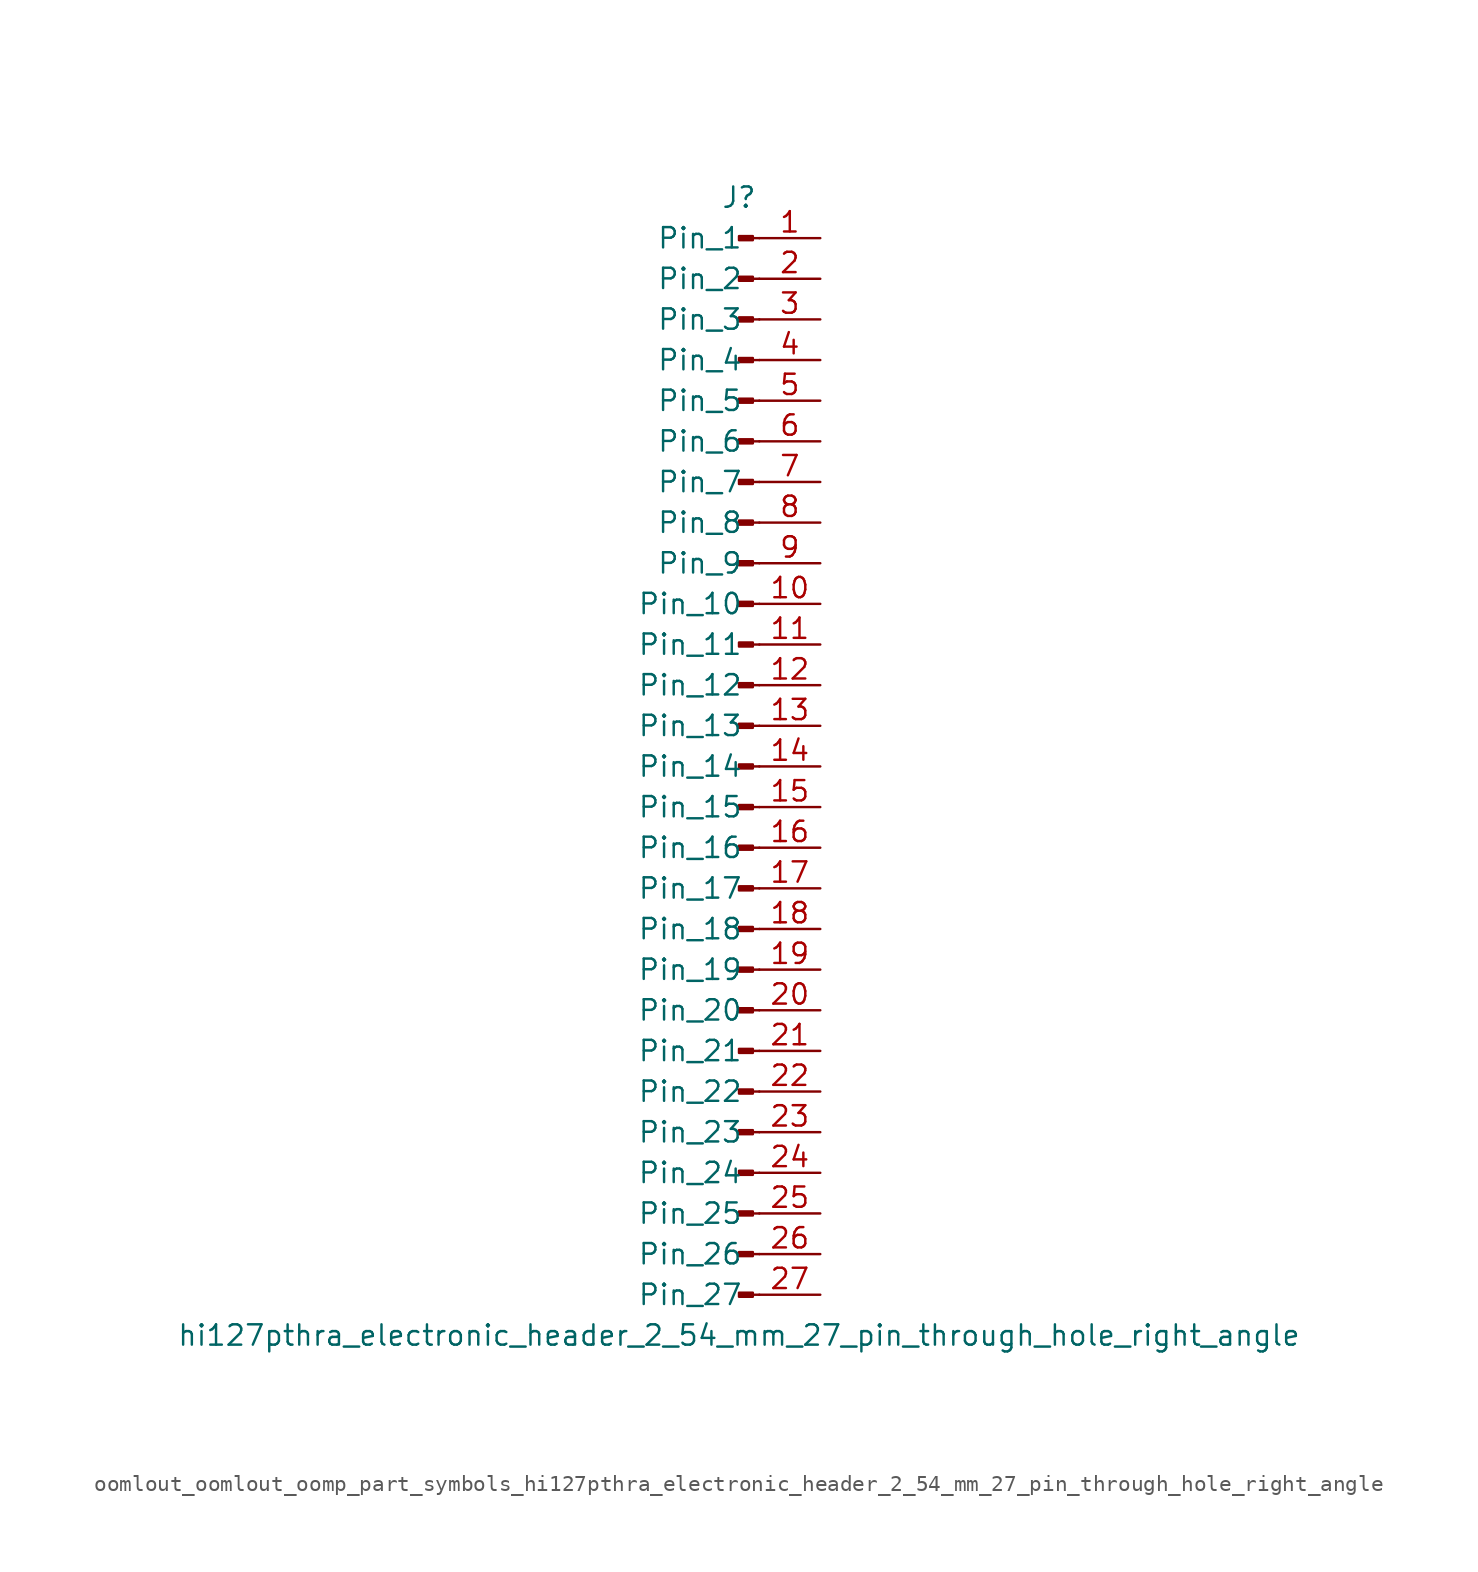
<source format=kicad_sym>
(kicad_symbol_lib
  (version 20220914)
  (generator kicad_symbol_editor)
  (symbol "oomlout_oomlout_oomp_part_symbols_hi127pthra_electronic_header_2_54_mm_27_pin_through_hole_right_angle"
    (pin_names
      (offset 1.016))
    (property "Reference" "J"
      (at 0 35.56 0)
      (effects (font (size 1.27 1.27))))
    (property "Value" "hi127pthra_electronic_header_2_54_mm_27_pin_through_hole_right_angle"
      (at 0 -35.56 0)
      (effects (font (size 1.27 1.27))))
    (property "ki_locked" ""
      (at 0 0 0)
      (effects (font (size 1.27 1.27))))
    (symbol "oomlout_oomlout_oomp_part_symbols_hi127pthra_electronic_header_2_54_mm_27_pin_through_hole_right_angle_1_1"
      (polyline (pts (xy 1.27 -33.02) (xy 0.864 -33.02)) (stroke (width 0.152) (type default)) (fill (type none)))
      (polyline (pts (xy 1.27 -30.48) (xy 0.864 -30.48)) (stroke (width 0.152) (type default)) (fill (type none)))
      (polyline (pts (xy 1.27 -27.94) (xy 0.864 -27.94)) (stroke (width 0.152) (type default)) (fill (type none)))
      (polyline (pts (xy 1.27 -25.4) (xy 0.864 -25.4)) (stroke (width 0.152) (type default)) (fill (type none)))
      (polyline (pts (xy 1.27 -22.86) (xy 0.864 -22.86)) (stroke (width 0.152) (type default)) (fill (type none)))
      (polyline (pts (xy 1.27 -20.32) (xy 0.864 -20.32)) (stroke (width 0.152) (type default)) (fill (type none)))
      (polyline (pts (xy 1.27 -17.78) (xy 0.864 -17.78)) (stroke (width 0.152) (type default)) (fill (type none)))
      (polyline (pts (xy 1.27 -15.24) (xy 0.864 -15.24)) (stroke (width 0.152) (type default)) (fill (type none)))
      (polyline (pts (xy 1.27 -12.7) (xy 0.864 -12.7)) (stroke (width 0.152) (type default)) (fill (type none)))
      (polyline (pts (xy 1.27 -10.16) (xy 0.864 -10.16)) (stroke (width 0.152) (type default)) (fill (type none)))
      (polyline (pts (xy 1.27 -7.62) (xy 0.864 -7.62)) (stroke (width 0.152) (type default)) (fill (type none)))
      (polyline (pts (xy 1.27 -5.08) (xy 0.864 -5.08)) (stroke (width 0.152) (type default)) (fill (type none)))
      (polyline (pts (xy 1.27 -2.54) (xy 0.864 -2.54)) (stroke (width 0.152) (type default)) (fill (type none)))
      (polyline (pts (xy 1.27 0) (xy 0.864 0)) (stroke (width 0.152) (type default)) (fill (type none)))
      (polyline (pts (xy 1.27 2.54) (xy 0.864 2.54)) (stroke (width 0.152) (type default)) (fill (type none)))
      (polyline (pts (xy 1.27 5.08) (xy 0.864 5.08)) (stroke (width 0.152) (type default)) (fill (type none)))
      (polyline (pts (xy 1.27 7.62) (xy 0.864 7.62)) (stroke (width 0.152) (type default)) (fill (type none)))
      (polyline (pts (xy 1.27 10.16) (xy 0.864 10.16)) (stroke (width 0.152) (type default)) (fill (type none)))
      (polyline (pts (xy 1.27 12.7) (xy 0.864 12.7)) (stroke (width 0.152) (type default)) (fill (type none)))
      (polyline (pts (xy 1.27 15.24) (xy 0.864 15.24)) (stroke (width 0.152) (type default)) (fill (type none)))
      (polyline (pts (xy 1.27 17.78) (xy 0.864 17.78)) (stroke (width 0.152) (type default)) (fill (type none)))
      (polyline (pts (xy 1.27 20.32) (xy 0.864 20.32)) (stroke (width 0.152) (type default)) (fill (type none)))
      (polyline (pts (xy 1.27 22.86) (xy 0.864 22.86)) (stroke (width 0.152) (type default)) (fill (type none)))
      (polyline (pts (xy 1.27 25.4) (xy 0.864 25.4)) (stroke (width 0.152) (type default)) (fill (type none)))
      (polyline (pts (xy 1.27 27.94) (xy 0.864 27.94)) (stroke (width 0.152) (type default)) (fill (type none)))
      (polyline (pts (xy 1.27 30.48) (xy 0.864 30.48)) (stroke (width 0.152) (type default)) (fill (type none)))
      (polyline (pts (xy 1.27 33.02) (xy 0.864 33.02)) (stroke (width 0.152) (type default)) (fill (type none)))
      (rectangle (start 0.864 -32.893) (end 0 -33.147) (stroke (width 0.152) (type default)) (fill (type outline)))
      (rectangle (start 0.864 -30.353) (end 0 -30.607) (stroke (width 0.152) (type default)) (fill (type outline)))
      (rectangle (start 0.864 -27.813) (end 0 -28.067) (stroke (width 0.152) (type default)) (fill (type outline)))
      (rectangle (start 0.864 -25.273) (end 0 -25.527) (stroke (width 0.152) (type default)) (fill (type outline)))
      (rectangle (start 0.864 -22.733) (end 0 -22.987) (stroke (width 0.152) (type default)) (fill (type outline)))
      (rectangle (start 0.864 -20.193) (end 0 -20.447) (stroke (width 0.152) (type default)) (fill (type outline)))
      (rectangle (start 0.864 -17.653) (end 0 -17.907) (stroke (width 0.152) (type default)) (fill (type outline)))
      (rectangle (start 0.864 -15.113) (end 0 -15.367) (stroke (width 0.152) (type default)) (fill (type outline)))
      (rectangle (start 0.864 -12.573) (end 0 -12.827) (stroke (width 0.152) (type default)) (fill (type outline)))
      (rectangle (start 0.864 -10.033) (end 0 -10.287) (stroke (width 0.152) (type default)) (fill (type outline)))
      (rectangle (start 0.864 -7.493) (end 0 -7.747) (stroke (width 0.152) (type default)) (fill (type outline)))
      (rectangle (start 0.864 -4.953) (end 0 -5.207) (stroke (width 0.152) (type default)) (fill (type outline)))
      (rectangle (start 0.864 -2.413) (end 0 -2.667) (stroke (width 0.152) (type default)) (fill (type outline)))
      (rectangle (start 0.864 0.127) (end 0 -0.127) (stroke (width 0.152) (type default)) (fill (type outline)))
      (rectangle (start 0.864 2.667) (end 0 2.413) (stroke (width 0.152) (type default)) (fill (type outline)))
      (rectangle (start 0.864 5.207) (end 0 4.953) (stroke (width 0.152) (type default)) (fill (type outline)))
      (rectangle (start 0.864 7.747) (end 0 7.493) (stroke (width 0.152) (type default)) (fill (type outline)))
      (rectangle (start 0.864 10.287) (end 0 10.033) (stroke (width 0.152) (type default)) (fill (type outline)))
      (rectangle (start 0.864 12.827) (end 0 12.573) (stroke (width 0.152) (type default)) (fill (type outline)))
      (rectangle (start 0.864 15.367) (end 0 15.113) (stroke (width 0.152) (type default)) (fill (type outline)))
      (rectangle (start 0.864 17.907) (end 0 17.653) (stroke (width 0.152) (type default)) (fill (type outline)))
      (rectangle (start 0.864 20.447) (end 0 20.193) (stroke (width 0.152) (type default)) (fill (type outline)))
      (rectangle (start 0.864 22.987) (end 0 22.733) (stroke (width 0.152) (type default)) (fill (type outline)))
      (rectangle (start 0.864 25.527) (end 0 25.273) (stroke (width 0.152) (type default)) (fill (type outline)))
      (rectangle (start 0.864 28.067) (end 0 27.813) (stroke (width 0.152) (type default)) (fill (type outline)))
      (rectangle (start 0.864 30.607) (end 0 30.353) (stroke (width 0.152) (type default)) (fill (type outline)))
      (rectangle (start 0.864 33.147) (end 0 32.893) (stroke (width 0.152) (type default)) (fill (type outline)))
      (pin passive line (at 5.08 33.02 180) (length 3.81) (name "Pin_1" (effects (font (size 1.27 1.27)))) (number "1" (effects (font (size 1.27 1.27)))))
      (pin passive line (at 5.08 10.16 180) (length 3.81) (name "Pin_10" (effects (font (size 1.27 1.27)))) (number "10" (effects (font (size 1.27 1.27)))))
      (pin passive line (at 5.08 7.62 180) (length 3.81) (name "Pin_11" (effects (font (size 1.27 1.27)))) (number "11" (effects (font (size 1.27 1.27)))))
      (pin passive line (at 5.08 5.08 180) (length 3.81) (name "Pin_12" (effects (font (size 1.27 1.27)))) (number "12" (effects (font (size 1.27 1.27)))))
      (pin passive line (at 5.08 2.54 180) (length 3.81) (name "Pin_13" (effects (font (size 1.27 1.27)))) (number "13" (effects (font (size 1.27 1.27)))))
      (pin passive line (at 5.08 0 180) (length 3.81) (name "Pin_14" (effects (font (size 1.27 1.27)))) (number "14" (effects (font (size 1.27 1.27)))))
      (pin passive line (at 5.08 -2.54 180) (length 3.81) (name "Pin_15" (effects (font (size 1.27 1.27)))) (number "15" (effects (font (size 1.27 1.27)))))
      (pin passive line (at 5.08 -5.08 180) (length 3.81) (name "Pin_16" (effects (font (size 1.27 1.27)))) (number "16" (effects (font (size 1.27 1.27)))))
      (pin passive line (at 5.08 -7.62 180) (length 3.81) (name "Pin_17" (effects (font (size 1.27 1.27)))) (number "17" (effects (font (size 1.27 1.27)))))
      (pin passive line (at 5.08 -10.16 180) (length 3.81) (name "Pin_18" (effects (font (size 1.27 1.27)))) (number "18" (effects (font (size 1.27 1.27)))))
      (pin passive line (at 5.08 -12.7 180) (length 3.81) (name "Pin_19" (effects (font (size 1.27 1.27)))) (number "19" (effects (font (size 1.27 1.27)))))
      (pin passive line (at 5.08 30.48 180) (length 3.81) (name "Pin_2" (effects (font (size 1.27 1.27)))) (number "2" (effects (font (size 1.27 1.27)))))
      (pin passive line (at 5.08 -15.24 180) (length 3.81) (name "Pin_20" (effects (font (size 1.27 1.27)))) (number "20" (effects (font (size 1.27 1.27)))))
      (pin passive line (at 5.08 -17.78 180) (length 3.81) (name "Pin_21" (effects (font (size 1.27 1.27)))) (number "21" (effects (font (size 1.27 1.27)))))
      (pin passive line (at 5.08 -20.32 180) (length 3.81) (name "Pin_22" (effects (font (size 1.27 1.27)))) (number "22" (effects (font (size 1.27 1.27)))))
      (pin passive line (at 5.08 -22.86 180) (length 3.81) (name "Pin_23" (effects (font (size 1.27 1.27)))) (number "23" (effects (font (size 1.27 1.27)))))
      (pin passive line (at 5.08 -25.4 180) (length 3.81) (name "Pin_24" (effects (font (size 1.27 1.27)))) (number "24" (effects (font (size 1.27 1.27)))))
      (pin passive line (at 5.08 -27.94 180) (length 3.81) (name "Pin_25" (effects (font (size 1.27 1.27)))) (number "25" (effects (font (size 1.27 1.27)))))
      (pin passive line (at 5.08 -30.48 180) (length 3.81) (name "Pin_26" (effects (font (size 1.27 1.27)))) (number "26" (effects (font (size 1.27 1.27)))))
      (pin passive line (at 5.08 -33.02 180) (length 3.81) (name "Pin_27" (effects (font (size 1.27 1.27)))) (number "27" (effects (font (size 1.27 1.27)))))
      (pin passive line (at 5.08 27.94 180) (length 3.81) (name "Pin_3" (effects (font (size 1.27 1.27)))) (number "3" (effects (font (size 1.27 1.27)))))
      (pin passive line (at 5.08 25.4 180) (length 3.81) (name "Pin_4" (effects (font (size 1.27 1.27)))) (number "4" (effects (font (size 1.27 1.27)))))
      (pin passive line (at 5.08 22.86 180) (length 3.81) (name "Pin_5" (effects (font (size 1.27 1.27)))) (number "5" (effects (font (size 1.27 1.27)))))
      (pin passive line (at 5.08 20.32 180) (length 3.81) (name "Pin_6" (effects (font (size 1.27 1.27)))) (number "6" (effects (font (size 1.27 1.27)))))
      (pin passive line (at 5.08 17.78 180) (length 3.81) (name "Pin_7" (effects (font (size 1.27 1.27)))) (number "7" (effects (font (size 1.27 1.27)))))
      (pin passive line (at 5.08 15.24 180) (length 3.81) (name "Pin_8" (effects (font (size 1.27 1.27)))) (number "8" (effects (font (size 1.27 1.27)))))
      (pin passive line (at 5.08 12.7 180) (length 3.81) (name "Pin_9" (effects (font (size 1.27 1.27)))) (number "9" (effects (font (size 1.27 1.27))))))))
</source>
